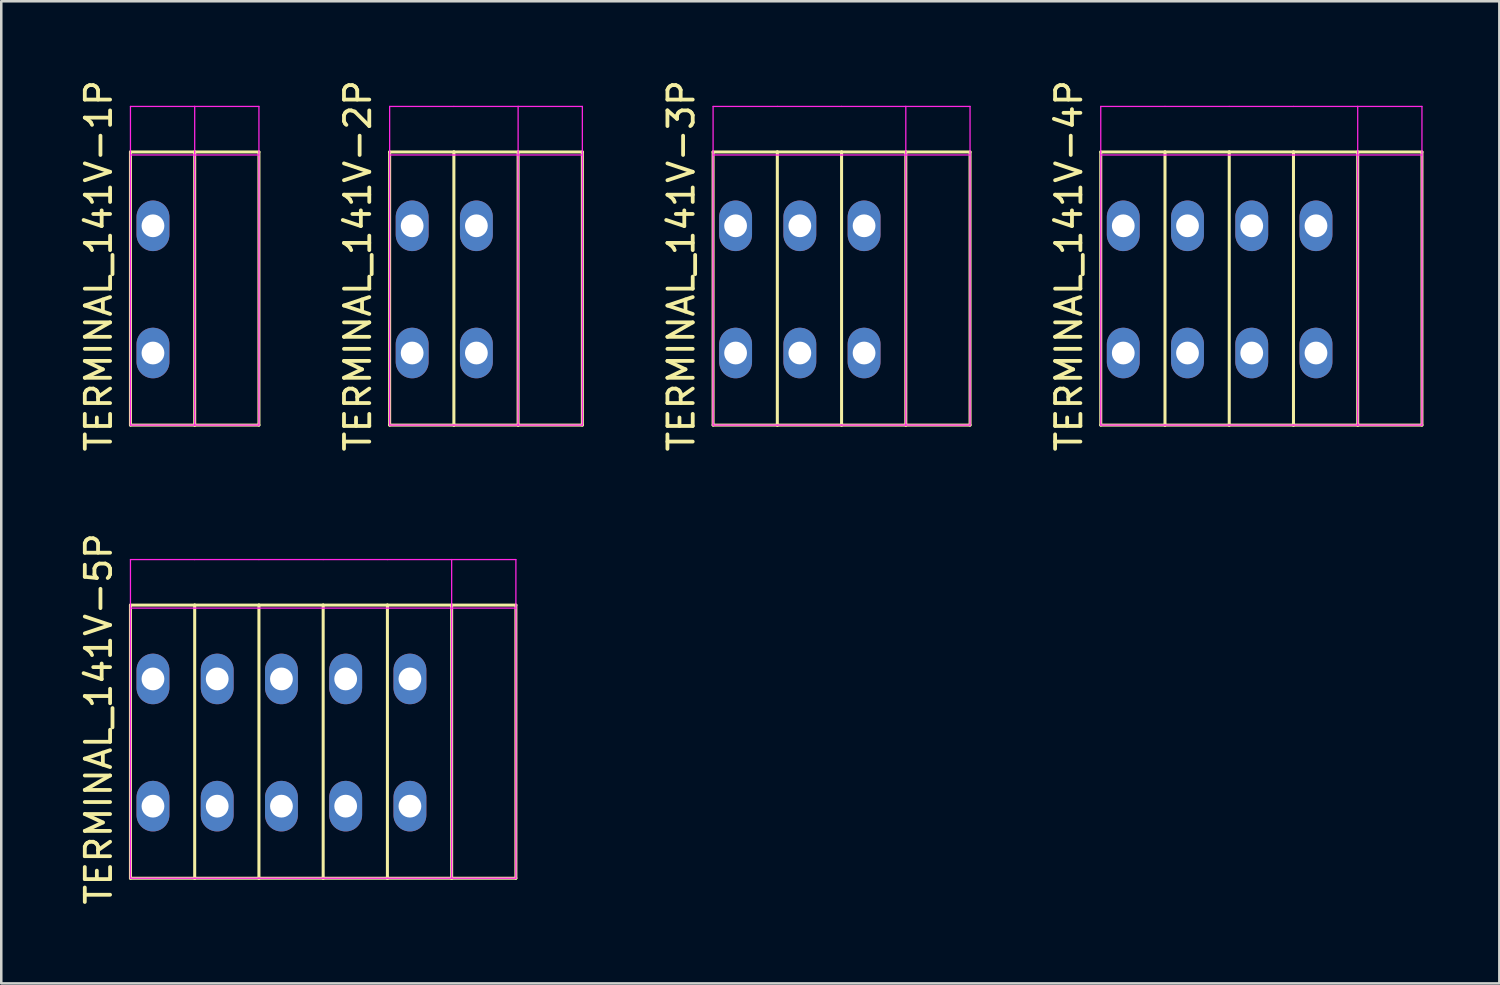
<source format=kicad_pcb>
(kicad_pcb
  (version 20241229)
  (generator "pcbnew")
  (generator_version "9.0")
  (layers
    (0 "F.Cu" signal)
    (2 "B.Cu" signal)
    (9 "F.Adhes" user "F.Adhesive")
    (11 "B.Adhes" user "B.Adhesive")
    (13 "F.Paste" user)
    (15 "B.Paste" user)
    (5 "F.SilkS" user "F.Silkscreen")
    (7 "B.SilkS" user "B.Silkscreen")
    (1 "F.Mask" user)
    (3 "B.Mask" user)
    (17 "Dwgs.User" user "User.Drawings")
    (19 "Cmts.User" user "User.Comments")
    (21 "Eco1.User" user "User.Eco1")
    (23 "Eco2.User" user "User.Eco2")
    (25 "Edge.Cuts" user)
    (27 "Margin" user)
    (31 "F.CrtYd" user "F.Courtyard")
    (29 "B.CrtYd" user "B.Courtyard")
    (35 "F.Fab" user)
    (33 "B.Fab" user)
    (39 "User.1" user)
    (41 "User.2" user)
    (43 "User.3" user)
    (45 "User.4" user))
  (footprint "TERMINAL_141V-3P"
    (layer "F.Cu")
    (at 26.035 10.958)
    (property "Reference" "TERMINAL_141V-3P" (at -2.15 -3.5 90) (layer "F.SilkS") (effects (font (size 1 1) (thickness 0.15))))
    (attr through_hole)
    (fp_line (start -0.89 -8) (end 1.65 -8) (stroke (width 0.12) (type solid)) (layer "F.SilkS"))
    (fp_line (start -0.89 2.8) (end -0.89 -8) (stroke (width 0.12) (type solid)) (layer "F.SilkS"))
    (fp_line (start -0.89 2.8) (end 1.65 2.8) (stroke (width 0.12) (type solid)) (layer "F.SilkS"))
    (fp_line (start 1.65 -8) (end 4.19 -8) (stroke (width 0.12) (type solid)) (layer "F.SilkS"))
    (fp_line (start 1.65 2.8) (end 1.65 -8) (stroke (width 0.12) (type solid)) (layer "F.SilkS"))
    (fp_line (start 1.65 2.8) (end 4.19 2.8) (stroke (width 0.12) (type solid)) (layer "F.SilkS"))
    (fp_line (start 4.19 -8) (end 6.73 -8) (stroke (width 0.12) (type solid)) (layer "F.SilkS"))
    (fp_line (start 4.19 2.8) (end 4.19 -8) (stroke (width 0.12) (type solid)) (layer "F.SilkS"))
    (fp_line (start 4.19 2.8) (end 6.73 2.8) (stroke (width 0.12) (type solid)) (layer "F.SilkS"))
    (fp_line (start 6.73 -8) (end 9.27 -8) (stroke (width 0.12) (type solid)) (layer "F.SilkS"))
    (fp_line (start 6.73 2.8) (end 6.73 -8) (stroke (width 0.12) (type solid)) (layer "F.SilkS"))
    (fp_line (start 6.73 2.8) (end 9.27 2.8) (stroke (width 0.12) (type solid)) (layer "F.SilkS"))
    (fp_line (start 9.27 2.8) (end 9.27 -8) (stroke (width 0.12) (type solid)) (layer "F.SilkS"))
    (fp_line (start -0.89 -9.8) (end 1.65 -9.8) (stroke (width 0.05) (type solid)) (layer "F.CrtYd"))
    (fp_line (start -0.89 -7.88) (end 1.65 -7.88) (stroke (width 0.05) (type solid)) (layer "F.CrtYd"))
    (fp_line (start -0.89 2.8) (end -0.89 -9.8) (stroke (width 0.05) (type solid)) (layer "F.CrtYd"))
    (fp_line (start -0.89 2.8) (end 1.65 2.8) (stroke (width 0.05) (type solid)) (layer "F.CrtYd"))
    (fp_line (start 1.65 -9.8) (end 4.19 -9.8) (stroke (width 0.05) (type solid)) (layer "F.CrtYd"))
    (fp_line (start 1.65 -7.88) (end 4.19 -7.88) (stroke (width 0.05) (type solid)) (layer "F.CrtYd"))
    (fp_line (start 1.65 2.8) (end 4.19 2.8) (stroke (width 0.05) (type solid)) (layer "F.CrtYd"))
    (fp_line (start 4.19 -9.8) (end 6.73 -9.8) (stroke (width 0.05) (type solid)) (layer "F.CrtYd"))
    (fp_line (start 4.19 -7.88) (end 6.73 -7.88) (stroke (width 0.05) (type solid)) (layer "F.CrtYd"))
    (fp_line (start 4.19 2.8) (end 6.73 2.8) (stroke (width 0.05) (type solid)) (layer "F.CrtYd"))
    (fp_line (start 6.73 -9.8) (end 9.27 -9.8) (stroke (width 0.05) (type solid)) (layer "F.CrtYd"))
    (fp_line (start 6.73 -7.88) (end 9.27 -7.88) (stroke (width 0.05) (type solid)) (layer "F.CrtYd"))
    (fp_line (start 6.73 2.8) (end 6.73 -9.8) (stroke (width 0.05) (type solid)) (layer "F.CrtYd"))
    (fp_line (start 6.73 2.8) (end 9.27 2.8) (stroke (width 0.05) (type solid)) (layer "F.CrtYd"))
    (fp_line (start 9.27 2.8) (end 9.27 -9.8) (stroke (width 0.05) (type solid)) (layer "F.CrtYd"))
    (pad "1A" thru_hole oval (at 0 -0.05) (size 1.3 2) (drill 0.9) (layers "*.Cu" "*.Mask"))
    (pad "1B" thru_hole oval (at 0 -5.08) (size 1.3 2) (drill 0.9) (layers "*.Cu" "*.Mask"))
    (pad "2A" thru_hole oval (at 2.54 -0.05) (size 1.3 2) (drill 0.9) (layers "*.Cu" "*.Mask"))
    (pad "2B" thru_hole oval (at 2.54 -5.08) (size 1.3 2) (drill 0.9) (layers "*.Cu" "*.Mask"))
    (pad "3A" thru_hole oval (at 5.08 -0.05) (size 1.3 2) (drill 0.9) (layers "*.Cu" "*.Mask"))
    (pad "3B" thru_hole oval (at 5.08 -5.08) (size 1.3 2) (drill 0.9) (layers "*.Cu" "*.Mask")))
  (footprint "TERMINAL_141V-4P"
    (layer "F.Cu")
    (at 41.363 10.958)
    (property "Reference" "TERMINAL_141V-4P" (at -2.15 -3.5 90) (layer "F.SilkS") (effects (font (size 1 1) (thickness 0.15))))
    (attr through_hole)
    (fp_line (start -0.89 -8) (end 1.65 -8) (stroke (width 0.12) (type solid)) (layer "F.SilkS"))
    (fp_line (start -0.89 2.8) (end -0.89 -8) (stroke (width 0.12) (type solid)) (layer "F.SilkS"))
    (fp_line (start -0.89 2.8) (end 1.65 2.8) (stroke (width 0.12) (type solid)) (layer "F.SilkS"))
    (fp_line (start 1.65 -8) (end 4.19 -8) (stroke (width 0.12) (type solid)) (layer "F.SilkS"))
    (fp_line (start 1.65 2.8) (end 1.65 -8) (stroke (width 0.12) (type solid)) (layer "F.SilkS"))
    (fp_line (start 1.65 2.8) (end 4.19 2.8) (stroke (width 0.12) (type solid)) (layer "F.SilkS"))
    (fp_line (start 4.19 -8) (end 6.73 -8) (stroke (width 0.12) (type solid)) (layer "F.SilkS"))
    (fp_line (start 4.19 2.8) (end 4.19 -8) (stroke (width 0.12) (type solid)) (layer "F.SilkS"))
    (fp_line (start 4.19 2.8) (end 6.73 2.8) (stroke (width 0.12) (type solid)) (layer "F.SilkS"))
    (fp_line (start 6.73 -8) (end 9.27 -8) (stroke (width 0.12) (type solid)) (layer "F.SilkS"))
    (fp_line (start 6.73 2.8) (end 6.73 -8) (stroke (width 0.12) (type solid)) (layer "F.SilkS"))
    (fp_line (start 6.73 2.8) (end 9.27 2.8) (stroke (width 0.12) (type solid)) (layer "F.SilkS"))
    (fp_line (start 9.27 -8) (end 11.81 -8) (stroke (width 0.12) (type solid)) (layer "F.SilkS"))
    (fp_line (start 9.27 2.8) (end 9.27 -8) (stroke (width 0.12) (type solid)) (layer "F.SilkS"))
    (fp_line (start 9.27 2.8) (end 11.81 2.8) (stroke (width 0.12) (type solid)) (layer "F.SilkS"))
    (fp_line (start 11.81 2.8) (end 11.81 -8) (stroke (width 0.12) (type solid)) (layer "F.SilkS"))
    (fp_line (start -0.89 -9.8) (end 1.65 -9.8) (stroke (width 0.05) (type solid)) (layer "F.CrtYd"))
    (fp_line (start -0.89 -7.88) (end 1.65 -7.88) (stroke (width 0.05) (type solid)) (layer "F.CrtYd"))
    (fp_line (start -0.89 2.8) (end -0.89 -9.8) (stroke (width 0.05) (type solid)) (layer "F.CrtYd"))
    (fp_line (start -0.89 2.8) (end 1.65 2.8) (stroke (width 0.05) (type solid)) (layer "F.CrtYd"))
    (fp_line (start 1.65 -9.8) (end 4.19 -9.8) (stroke (width 0.05) (type solid)) (layer "F.CrtYd"))
    (fp_line (start 1.65 -7.88) (end 4.19 -7.88) (stroke (width 0.05) (type solid)) (layer "F.CrtYd"))
    (fp_line (start 1.65 2.8) (end 4.19 2.8) (stroke (width 0.05) (type solid)) (layer "F.CrtYd"))
    (fp_line (start 4.19 -9.8) (end 6.73 -9.8) (stroke (width 0.05) (type solid)) (layer "F.CrtYd"))
    (fp_line (start 4.19 -7.88) (end 6.73 -7.88) (stroke (width 0.05) (type solid)) (layer "F.CrtYd"))
    (fp_line (start 4.19 2.8) (end 6.73 2.8) (stroke (width 0.05) (type solid)) (layer "F.CrtYd"))
    (fp_line (start 6.73 -9.8) (end 9.27 -9.8) (stroke (width 0.05) (type solid)) (layer "F.CrtYd"))
    (fp_line (start 6.73 -7.88) (end 9.27 -7.88) (stroke (width 0.05) (type solid)) (layer "F.CrtYd"))
    (fp_line (start 6.73 2.8) (end 9.27 2.8) (stroke (width 0.05) (type solid)) (layer "F.CrtYd"))
    (fp_line (start 9.27 -9.8) (end 11.81 -9.8) (stroke (width 0.05) (type solid)) (layer "F.CrtYd"))
    (fp_line (start 9.27 -7.88) (end 11.81 -7.88) (stroke (width 0.05) (type solid)) (layer "F.CrtYd"))
    (fp_line (start 9.27 2.8) (end 9.27 -9.8) (stroke (width 0.05) (type solid)) (layer "F.CrtYd"))
    (fp_line (start 9.27 2.8) (end 11.81 2.8) (stroke (width 0.05) (type solid)) (layer "F.CrtYd"))
    (fp_line (start 11.81 2.8) (end 11.81 -9.8) (stroke (width 0.05) (type solid)) (layer "F.CrtYd"))
    (pad "1A" thru_hole oval (at 0 -0.05) (size 1.3 2) (drill 0.9) (layers "*.Cu" "*.Mask"))
    (pad "1B" thru_hole oval (at 0 -5.08) (size 1.3 2) (drill 0.9) (layers "*.Cu" "*.Mask"))
    (pad "2A" thru_hole oval (at 2.54 -0.05) (size 1.3 2) (drill 0.9) (layers "*.Cu" "*.Mask"))
    (pad "2B" thru_hole oval (at 2.54 -5.08) (size 1.3 2) (drill 0.9) (layers "*.Cu" "*.Mask"))
    (pad "3A" thru_hole oval (at 5.08 -0.05) (size 1.3 2) (drill 0.9) (layers "*.Cu" "*.Mask"))
    (pad "3B" thru_hole oval (at 5.08 -5.08) (size 1.3 2) (drill 0.9) (layers "*.Cu" "*.Mask"))
    (pad "4A" thru_hole oval (at 7.62 -0.05) (size 1.3 2) (drill 0.9) (layers "*.Cu" "*.Mask"))
    (pad "4B" thru_hole oval (at 7.62 -5.08) (size 1.3 2) (drill 0.9) (layers "*.Cu" "*.Mask")))
  (footprint "TERMINAL_141V-1P"
    (layer "F.Cu")
    (at 2.998 10.958)
    (property "Reference" "TERMINAL_141V-1P" (at -2.15 -3.5 90) (layer "F.SilkS") (effects (font (size 1 1) (thickness 0.15))))
    (attr through_hole)
    (fp_line (start -0.89 -8) (end 1.65 -8) (stroke (width 0.12) (type solid)) (layer "F.SilkS"))
    (fp_line (start -0.89 2.8) (end -0.89 -8) (stroke (width 0.12) (type solid)) (layer "F.SilkS"))
    (fp_line (start -0.89 2.8) (end 1.65 2.8) (stroke (width 0.12) (type solid)) (layer "F.SilkS"))
    (fp_line (start 1.65 -8) (end 4.19 -8) (stroke (width 0.12) (type solid)) (layer "F.SilkS"))
    (fp_line (start 1.65 2.8) (end 1.65 -8) (stroke (width 0.12) (type solid)) (layer "F.SilkS"))
    (fp_line (start 1.65 2.8) (end 4.19 2.8) (stroke (width 0.12) (type solid)) (layer "F.SilkS"))
    (fp_line (start 4.19 2.8) (end 4.19 -8) (stroke (width 0.12) (type solid)) (layer "F.SilkS"))
    (fp_line (start -0.89 -9.8) (end 1.65 -9.8) (stroke (width 0.05) (type solid)) (layer "F.CrtYd"))
    (fp_line (start -0.89 -7.88) (end 1.65 -7.88) (stroke (width 0.05) (type solid)) (layer "F.CrtYd"))
    (fp_line (start -0.89 2.8) (end -0.89 -9.8) (stroke (width 0.05) (type solid)) (layer "F.CrtYd"))
    (fp_line (start -0.89 2.8) (end 1.65 2.8) (stroke (width 0.05) (type solid)) (layer "F.CrtYd"))
    (fp_line (start 1.65 -9.8) (end 4.19 -9.8) (stroke (width 0.05) (type solid)) (layer "F.CrtYd"))
    (fp_line (start 1.65 -7.88) (end 4.19 -7.88) (stroke (width 0.05) (type solid)) (layer "F.CrtYd"))
    (fp_line (start 1.65 2.8) (end 1.65 -9.8) (stroke (width 0.05) (type solid)) (layer "F.CrtYd"))
    (fp_line (start 1.65 2.8) (end 4.19 2.8) (stroke (width 0.05) (type solid)) (layer "F.CrtYd"))
    (fp_line (start 4.19 2.8) (end 4.19 -9.8) (stroke (width 0.05) (type solid)) (layer "F.CrtYd"))
    (pad "1A" thru_hole oval (at 0 -0.05) (size 1.3 2) (drill 0.9) (layers "*.Cu" "*.Mask"))
    (pad "1B" thru_hole oval (at 0 -5.08) (size 1.3 2) (drill 0.9) (layers "*.Cu" "*.Mask")))
  (footprint "TERMINAL_141V-5P"
    (layer "F.Cu")
    (at 2.998 28.875)
    (property "Reference" "TERMINAL_141V-5P" (at -2.15 -3.5 90) (layer "F.SilkS") (effects (font (size 1 1) (thickness 0.15))))
    (attr through_hole)
    (fp_line (start -0.89 -8) (end 1.65 -8) (stroke (width 0.12) (type solid)) (layer "F.SilkS"))
    (fp_line (start -0.89 2.8) (end -0.89 -8) (stroke (width 0.12) (type solid)) (layer "F.SilkS"))
    (fp_line (start -0.89 2.8) (end 1.65 2.8) (stroke (width 0.12) (type solid)) (layer "F.SilkS"))
    (fp_line (start 1.65 -8) (end 4.19 -8) (stroke (width 0.12) (type solid)) (layer "F.SilkS"))
    (fp_line (start 1.65 2.8) (end 1.65 -8) (stroke (width 0.12) (type solid)) (layer "F.SilkS"))
    (fp_line (start 1.65 2.8) (end 4.19 2.8) (stroke (width 0.12) (type solid)) (layer "F.SilkS"))
    (fp_line (start 4.19 -8) (end 6.73 -8) (stroke (width 0.12) (type solid)) (layer "F.SilkS"))
    (fp_line (start 4.19 2.8) (end 4.19 -8) (stroke (width 0.12) (type solid)) (layer "F.SilkS"))
    (fp_line (start 4.19 2.8) (end 6.73 2.8) (stroke (width 0.12) (type solid)) (layer "F.SilkS"))
    (fp_line (start 6.73 -8) (end 9.27 -8) (stroke (width 0.12) (type solid)) (layer "F.SilkS"))
    (fp_line (start 6.73 2.8) (end 6.73 -8) (stroke (width 0.12) (type solid)) (layer "F.SilkS"))
    (fp_line (start 6.73 2.8) (end 9.27 2.8) (stroke (width 0.12) (type solid)) (layer "F.SilkS"))
    (fp_line (start 9.27 -8) (end 11.81 -8) (stroke (width 0.12) (type solid)) (layer "F.SilkS"))
    (fp_line (start 9.27 2.8) (end 9.27 -8) (stroke (width 0.12) (type solid)) (layer "F.SilkS"))
    (fp_line (start 9.27 2.8) (end 11.81 2.8) (stroke (width 0.12) (type solid)) (layer "F.SilkS"))
    (fp_line (start 11.81 -8) (end 14.35 -8) (stroke (width 0.12) (type solid)) (layer "F.SilkS"))
    (fp_line (start 11.81 2.8) (end 11.81 -8) (stroke (width 0.12) (type solid)) (layer "F.SilkS"))
    (fp_line (start 11.81 2.8) (end 14.35 2.8) (stroke (width 0.12) (type solid)) (layer "F.SilkS"))
    (fp_line (start 14.35 2.8) (end 14.35 -8) (stroke (width 0.12) (type solid)) (layer "F.SilkS"))
    (fp_line (start -0.89 -9.8) (end 1.65 -9.8) (stroke (width 0.05) (type solid)) (layer "F.CrtYd"))
    (fp_line (start -0.89 -7.88) (end 1.65 -7.88) (stroke (width 0.05) (type solid)) (layer "F.CrtYd"))
    (fp_line (start -0.89 2.8) (end -0.89 -9.8) (stroke (width 0.05) (type solid)) (layer "F.CrtYd"))
    (fp_line (start -0.89 2.8) (end 1.65 2.8) (stroke (width 0.05) (type solid)) (layer "F.CrtYd"))
    (fp_line (start 1.65 -9.8) (end 4.19 -9.8) (stroke (width 0.05) (type solid)) (layer "F.CrtYd"))
    (fp_line (start 1.65 -7.88) (end 4.19 -7.88) (stroke (width 0.05) (type solid)) (layer "F.CrtYd"))
    (fp_line (start 1.65 2.8) (end 4.19 2.8) (stroke (width 0.05) (type solid)) (layer "F.CrtYd"))
    (fp_line (start 4.19 -9.8) (end 6.73 -9.8) (stroke (width 0.05) (type solid)) (layer "F.CrtYd"))
    (fp_line (start 4.19 -7.88) (end 6.73 -7.88) (stroke (width 0.05) (type solid)) (layer "F.CrtYd"))
    (fp_line (start 4.19 2.8) (end 6.73 2.8) (stroke (width 0.05) (type solid)) (layer "F.CrtYd"))
    (fp_line (start 6.73 -9.8) (end 9.27 -9.8) (stroke (width 0.05) (type solid)) (layer "F.CrtYd"))
    (fp_line (start 6.73 -7.88) (end 9.27 -7.88) (stroke (width 0.05) (type solid)) (layer "F.CrtYd"))
    (fp_line (start 6.73 2.8) (end 9.27 2.8) (stroke (width 0.05) (type solid)) (layer "F.CrtYd"))
    (fp_line (start 9.27 -9.8) (end 11.81 -9.8) (stroke (width 0.05) (type solid)) (layer "F.CrtYd"))
    (fp_line (start 9.27 -7.88) (end 11.81 -7.88) (stroke (width 0.05) (type solid)) (layer "F.CrtYd"))
    (fp_line (start 9.27 2.8) (end 11.81 2.8) (stroke (width 0.05) (type solid)) (layer "F.CrtYd"))
    (fp_line (start 11.81 -9.8) (end 14.35 -9.8) (stroke (width 0.05) (type solid)) (layer "F.CrtYd"))
    (fp_line (start 11.81 -7.88) (end 14.35 -7.88) (stroke (width 0.05) (type solid)) (layer "F.CrtYd"))
    (fp_line (start 11.81 2.8) (end 11.81 -9.8) (stroke (width 0.05) (type solid)) (layer "F.CrtYd"))
    (fp_line (start 11.81 2.8) (end 14.35 2.8) (stroke (width 0.05) (type solid)) (layer "F.CrtYd"))
    (fp_line (start 14.35 2.8) (end 14.35 -9.8) (stroke (width 0.05) (type solid)) (layer "F.CrtYd"))
    (pad "1A" thru_hole oval (at 0 -0.05) (size 1.3 2) (drill 0.9) (layers "*.Cu" "*.Mask"))
    (pad "1B" thru_hole oval (at 0 -5.08) (size 1.3 2) (drill 0.9) (layers "*.Cu" "*.Mask"))
    (pad "2A" thru_hole oval (at 2.54 -0.05) (size 1.3 2) (drill 0.9) (layers "*.Cu" "*.Mask"))
    (pad "2B" thru_hole oval (at 2.54 -5.08) (size 1.3 2) (drill 0.9) (layers "*.Cu" "*.Mask"))
    (pad "3A" thru_hole oval (at 5.08 -0.05) (size 1.3 2) (drill 0.9) (layers "*.Cu" "*.Mask"))
    (pad "3B" thru_hole oval (at 5.08 -5.08) (size 1.3 2) (drill 0.9) (layers "*.Cu" "*.Mask"))
    (pad "4A" thru_hole oval (at 7.62 -0.05) (size 1.3 2) (drill 0.9) (layers "*.Cu" "*.Mask"))
    (pad "4B" thru_hole oval (at 7.62 -5.08) (size 1.3 2) (drill 0.9) (layers "*.Cu" "*.Mask"))
    (pad "5A" thru_hole oval (at 10.16 -0.05) (size 1.3 2) (drill 0.9) (layers "*.Cu" "*.Mask"))
    (pad "5B" thru_hole oval (at 10.16 -5.08) (size 1.3 2) (drill 0.9) (layers "*.Cu" "*.Mask")))
  (footprint "TERMINAL_141V-2P"
    (layer "F.Cu")
    (at 13.246 10.958)
    (property "Reference" "TERMINAL_141V-2P" (at -2.15 -3.5 90) (layer "F.SilkS") (effects (font (size 1 1) (thickness 0.15))))
    (attr through_hole)
    (fp_line (start -0.89 -8) (end 1.65 -8) (stroke (width 0.12) (type solid)) (layer "F.SilkS"))
    (fp_line (start -0.89 2.8) (end -0.89 -8) (stroke (width 0.12) (type solid)) (layer "F.SilkS"))
    (fp_line (start -0.89 2.8) (end 1.65 2.8) (stroke (width 0.12) (type solid)) (layer "F.SilkS"))
    (fp_line (start 1.65 -8) (end 4.19 -8) (stroke (width 0.12) (type solid)) (layer "F.SilkS"))
    (fp_line (start 1.65 2.8) (end 1.65 -8) (stroke (width 0.12) (type solid)) (layer "F.SilkS"))
    (fp_line (start 1.65 2.8) (end 4.19 2.8) (stroke (width 0.12) (type solid)) (layer "F.SilkS"))
    (fp_line (start 4.19 -8) (end 6.73 -8) (stroke (width 0.12) (type solid)) (layer "F.SilkS"))
    (fp_line (start 4.19 2.8) (end 4.19 -8) (stroke (width 0.12) (type solid)) (layer "F.SilkS"))
    (fp_line (start 4.19 2.8) (end 6.73 2.8) (stroke (width 0.12) (type solid)) (layer "F.SilkS"))
    (fp_line (start 6.73 2.8) (end 6.73 -8) (stroke (width 0.12) (type solid)) (layer "F.SilkS"))
    (fp_line (start -0.89 -9.8) (end 1.65 -9.8) (stroke (width 0.05) (type solid)) (layer "F.CrtYd"))
    (fp_line (start -0.89 -7.88) (end 1.65 -7.88) (stroke (width 0.05) (type solid)) (layer "F.CrtYd"))
    (fp_line (start -0.89 2.8) (end -0.89 -9.8) (stroke (width 0.05) (type solid)) (layer "F.CrtYd"))
    (fp_line (start -0.89 2.8) (end 1.65 2.8) (stroke (width 0.05) (type solid)) (layer "F.CrtYd"))
    (fp_line (start 1.65 -9.8) (end 4.19 -9.8) (stroke (width 0.05) (type solid)) (layer "F.CrtYd"))
    (fp_line (start 1.65 -7.88) (end 4.19 -7.88) (stroke (width 0.05) (type solid)) (layer "F.CrtYd"))
    (fp_line (start 1.65 2.8) (end 4.19 2.8) (stroke (width 0.05) (type solid)) (layer "F.CrtYd"))
    (fp_line (start 4.19 -9.8) (end 6.73 -9.8) (stroke (width 0.05) (type solid)) (layer "F.CrtYd"))
    (fp_line (start 4.19 -7.88) (end 6.73 -7.88) (stroke (width 0.05) (type solid)) (layer "F.CrtYd"))
    (fp_line (start 4.19 2.8) (end 4.19 -9.8) (stroke (width 0.05) (type solid)) (layer "F.CrtYd"))
    (fp_line (start 4.19 2.8) (end 6.73 2.8) (stroke (width 0.05) (type solid)) (layer "F.CrtYd"))
    (fp_line (start 6.73 2.8) (end 6.73 -9.8) (stroke (width 0.05) (type solid)) (layer "F.CrtYd"))
    (pad "1A" thru_hole oval (at 0 -0.05) (size 1.3 2) (drill 0.9) (layers "*.Cu" "*.Mask"))
    (pad "1B" thru_hole oval (at 0 -5.08) (size 1.3 2) (drill 0.9) (layers "*.Cu" "*.Mask"))
    (pad "2A" thru_hole oval (at 2.54 -0.05) (size 1.3 2) (drill 0.9) (layers "*.Cu" "*.Mask"))
    (pad "2B" thru_hole oval (at 2.54 -5.08) (size 1.3 2) (drill 0.9) (layers "*.Cu" "*.Mask")))
  (gr_rect
    (start -3 -3)
    (end 56.233 35.833)
    (stroke (width 0.1) (type default))
    (fill no)
    (layer "Edge.Cuts")))
</source>
